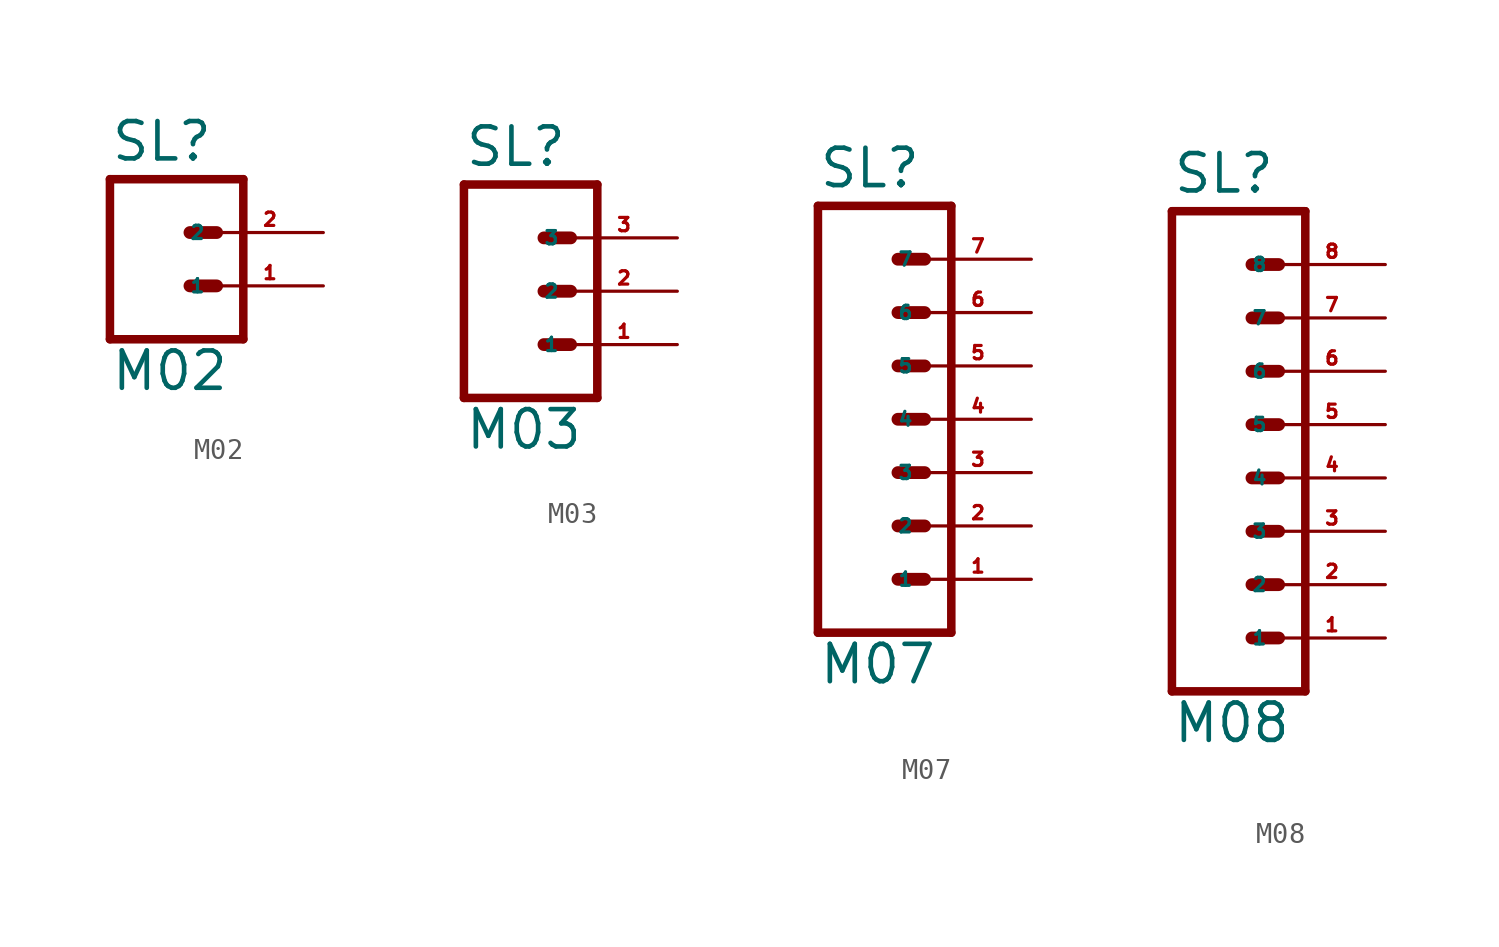
<source format=kicad_sym>
(kicad_symbol_lib
  (version 20220914)
  (generator Eagle2Kicad)
  (symbol "M02"
    (property "Reference" "SL"
      (at -2.54 5.842 0)
      (effects (font (size 1.778 1.778) (thickness 0.22)) (justify left bottom)))
    (property "Value" "M02"
      (at -2.54 -5.08 0)
      (effects (font (size 1.778 1.778) (thickness 0.22)) (justify left bottom)))
    (polyline
      (pts (xy 3.81 -2.54) (xy -2.54 -2.54))
      (stroke (width 0.406) (type default))
      (fill (type none)))
    (polyline
      (pts (xy 1.27 2.54) (xy 2.54 2.54))
      (stroke (width 0.61) (type default))
      (fill (type none)))
    (polyline
      (pts (xy 1.27 0) (xy 2.54 0))
      (stroke (width 0.61) (type default))
      (fill (type none)))
    (polyline
      (pts (xy -2.54 5.08) (xy -2.54 -2.54))
      (stroke (width 0.406) (type default))
      (fill (type none)))
    (polyline
      (pts (xy 3.81 -2.54) (xy 3.81 5.08))
      (stroke (width 0.406) (type default))
      (fill (type none)))
    (polyline
      (pts (xy -2.54 5.08) (xy 3.81 5.08))
      (stroke (width 0.406) (type default))
      (fill (type none)))
    (pin passive line
      (at 7.62 0 180)
      (length 5.08)
      (name "1" (effects (font (size 0.635 0.635) (thickness 0.08)) (justify left bottom)))
      (number "1" (effects (font (size 0.635 0.635) (thickness 0.08)) (justify left bottom))))
    (pin passive line
      (at 7.62 2.54 180)
      (length 5.08)
      (name "2" (effects (font (size 0.635 0.635) (thickness 0.08)) (justify left bottom)))
      (number "2" (effects (font (size 0.635 0.635) (thickness 0.08)) (justify left bottom)))))
  (symbol "M03"
    (property "Reference" "SL"
      (at -2.54 5.842 0)
      (effects (font (size 1.778 1.778) (thickness 0.22)) (justify left bottom)))
    (property "Value" "M03"
      (at -2.54 -7.62 0)
      (effects (font (size 1.778 1.778) (thickness 0.22)) (justify left bottom)))
    (polyline
      (pts (xy 3.81 -5.08) (xy -2.54 -5.08))
      (stroke (width 0.406) (type default))
      (fill (type none)))
    (polyline
      (pts (xy 1.27 2.54) (xy 2.54 2.54))
      (stroke (width 0.61) (type default))
      (fill (type none)))
    (polyline
      (pts (xy 1.27 0) (xy 2.54 0))
      (stroke (width 0.61) (type default))
      (fill (type none)))
    (polyline
      (pts (xy 1.27 -2.54) (xy 2.54 -2.54))
      (stroke (width 0.61) (type default))
      (fill (type none)))
    (polyline
      (pts (xy -2.54 5.08) (xy -2.54 -5.08))
      (stroke (width 0.406) (type default))
      (fill (type none)))
    (polyline
      (pts (xy 3.81 -5.08) (xy 3.81 5.08))
      (stroke (width 0.406) (type default))
      (fill (type none)))
    (polyline
      (pts (xy -2.54 5.08) (xy 3.81 5.08))
      (stroke (width 0.406) (type default))
      (fill (type none)))
    (pin passive line
      (at 7.62 -2.54 180)
      (length 5.08)
      (name "1" (effects (font (size 0.635 0.635) (thickness 0.08)) (justify left bottom)))
      (number "1" (effects (font (size 0.635 0.635) (thickness 0.08)) (justify left bottom))))
    (pin passive line
      (at 7.62 0 180)
      (length 5.08)
      (name "2" (effects (font (size 0.635 0.635) (thickness 0.08)) (justify left bottom)))
      (number "2" (effects (font (size 0.635 0.635) (thickness 0.08)) (justify left bottom))))
    (pin passive line
      (at 7.62 2.54 180)
      (length 5.08)
      (name "3" (effects (font (size 0.635 0.635) (thickness 0.08)) (justify left bottom)))
      (number "3" (effects (font (size 0.635 0.635) (thickness 0.08)) (justify left bottom)))))
  (symbol "M07"
    (property "Reference" "SL"
      (at -5.08 13.462 0)
      (effects (font (size 1.778 1.778) (thickness 0.22)) (justify left bottom)))
    (property "Value" "M07"
      (at -5.08 -10.16 0)
      (effects (font (size 1.778 1.778) (thickness 0.22)) (justify left bottom)))
    (polyline
      (pts (xy 1.27 -7.62) (xy -5.08 -7.62))
      (stroke (width 0.406) (type default))
      (fill (type none)))
    (polyline
      (pts (xy -1.27 0) (xy 0 0))
      (stroke (width 0.61) (type default))
      (fill (type none)))
    (polyline
      (pts (xy -1.27 -2.54) (xy 0 -2.54))
      (stroke (width 0.61) (type default))
      (fill (type none)))
    (polyline
      (pts (xy -1.27 -5.08) (xy 0 -5.08))
      (stroke (width 0.61) (type default))
      (fill (type none)))
    (polyline
      (pts (xy -5.08 12.7) (xy -5.08 -7.62))
      (stroke (width 0.406) (type default))
      (fill (type none)))
    (polyline
      (pts (xy 1.27 -7.62) (xy 1.27 12.7))
      (stroke (width 0.406) (type default))
      (fill (type none)))
    (polyline
      (pts (xy -5.08 12.7) (xy 1.27 12.7))
      (stroke (width 0.406) (type default))
      (fill (type none)))
    (polyline
      (pts (xy -1.27 5.08) (xy 0 5.08))
      (stroke (width 0.61) (type default))
      (fill (type none)))
    (polyline
      (pts (xy -1.27 2.54) (xy 0 2.54))
      (stroke (width 0.61) (type default))
      (fill (type none)))
    (polyline
      (pts (xy -1.27 7.62) (xy 0 7.62))
      (stroke (width 0.61) (type default))
      (fill (type none)))
    (polyline
      (pts (xy -1.27 10.16) (xy 0 10.16))
      (stroke (width 0.61) (type default))
      (fill (type none)))
    (pin passive line
      (at 5.08 -5.08 180)
      (length 5.08)
      (name "1" (effects (font (size 0.635 0.635) (thickness 0.08)) (justify left bottom)))
      (number "1" (effects (font (size 0.635 0.635) (thickness 0.08)) (justify left bottom))))
    (pin passive line
      (at 5.08 -2.54 180)
      (length 5.08)
      (name "2" (effects (font (size 0.635 0.635) (thickness 0.08)) (justify left bottom)))
      (number "2" (effects (font (size 0.635 0.635) (thickness 0.08)) (justify left bottom))))
    (pin passive line
      (at 5.08 0 180)
      (length 5.08)
      (name "3" (effects (font (size 0.635 0.635) (thickness 0.08)) (justify left bottom)))
      (number "3" (effects (font (size 0.635 0.635) (thickness 0.08)) (justify left bottom))))
    (pin passive line
      (at 5.08 2.54 180)
      (length 5.08)
      (name "4" (effects (font (size 0.635 0.635) (thickness 0.08)) (justify left bottom)))
      (number "4" (effects (font (size 0.635 0.635) (thickness 0.08)) (justify left bottom))))
    (pin passive line
      (at 5.08 5.08 180)
      (length 5.08)
      (name "5" (effects (font (size 0.635 0.635) (thickness 0.08)) (justify left bottom)))
      (number "5" (effects (font (size 0.635 0.635) (thickness 0.08)) (justify left bottom))))
    (pin passive line
      (at 5.08 7.62 180)
      (length 5.08)
      (name "6" (effects (font (size 0.635 0.635) (thickness 0.08)) (justify left bottom)))
      (number "6" (effects (font (size 0.635 0.635) (thickness 0.08)) (justify left bottom))))
    (pin passive line
      (at 5.08 10.16 180)
      (length 5.08)
      (name "7" (effects (font (size 0.635 0.635) (thickness 0.08)) (justify left bottom)))
      (number "7" (effects (font (size 0.635 0.635) (thickness 0.08)) (justify left bottom)))))
  (symbol "M08"
    (property "Reference" "SL"
      (at -5.08 13.462 0)
      (effects (font (size 1.778 1.778) (thickness 0.22)) (justify left bottom)))
    (property "Value" "M08"
      (at -5.08 -12.7 0)
      (effects (font (size 1.778 1.778) (thickness 0.22)) (justify left bottom)))
    (polyline
      (pts (xy 1.27 -10.16) (xy -5.08 -10.16))
      (stroke (width 0.406) (type default))
      (fill (type none)))
    (polyline
      (pts (xy -1.27 -2.54) (xy 0 -2.54))
      (stroke (width 0.61) (type default))
      (fill (type none)))
    (polyline
      (pts (xy -1.27 -5.08) (xy 0 -5.08))
      (stroke (width 0.61) (type default))
      (fill (type none)))
    (polyline
      (pts (xy -1.27 -7.62) (xy 0 -7.62))
      (stroke (width 0.61) (type default))
      (fill (type none)))
    (polyline
      (pts (xy -5.08 12.7) (xy -5.08 -10.16))
      (stroke (width 0.406) (type default))
      (fill (type none)))
    (polyline
      (pts (xy 1.27 -10.16) (xy 1.27 12.7))
      (stroke (width 0.406) (type default))
      (fill (type none)))
    (polyline
      (pts (xy -5.08 12.7) (xy 1.27 12.7))
      (stroke (width 0.406) (type default))
      (fill (type none)))
    (polyline
      (pts (xy -1.27 2.54) (xy 0 2.54))
      (stroke (width 0.61) (type default))
      (fill (type none)))
    (polyline
      (pts (xy -1.27 0) (xy 0 0))
      (stroke (width 0.61) (type default))
      (fill (type none)))
    (polyline
      (pts (xy -1.27 5.08) (xy 0 5.08))
      (stroke (width 0.61) (type default))
      (fill (type none)))
    (polyline
      (pts (xy -1.27 7.62) (xy 0 7.62))
      (stroke (width 0.61) (type default))
      (fill (type none)))
    (polyline
      (pts (xy -1.27 10.16) (xy 0 10.16))
      (stroke (width 0.61) (type default))
      (fill (type none)))
    (pin passive line
      (at 5.08 -7.62 180)
      (length 5.08)
      (name "1" (effects (font (size 0.635 0.635) (thickness 0.08)) (justify left bottom)))
      (number "1" (effects (font (size 0.635 0.635) (thickness 0.08)) (justify left bottom))))
    (pin passive line
      (at 5.08 -5.08 180)
      (length 5.08)
      (name "2" (effects (font (size 0.635 0.635) (thickness 0.08)) (justify left bottom)))
      (number "2" (effects (font (size 0.635 0.635) (thickness 0.08)) (justify left bottom))))
    (pin passive line
      (at 5.08 -2.54 180)
      (length 5.08)
      (name "3" (effects (font (size 0.635 0.635) (thickness 0.08)) (justify left bottom)))
      (number "3" (effects (font (size 0.635 0.635) (thickness 0.08)) (justify left bottom))))
    (pin passive line
      (at 5.08 0 180)
      (length 5.08)
      (name "4" (effects (font (size 0.635 0.635) (thickness 0.08)) (justify left bottom)))
      (number "4" (effects (font (size 0.635 0.635) (thickness 0.08)) (justify left bottom))))
    (pin passive line
      (at 5.08 2.54 180)
      (length 5.08)
      (name "5" (effects (font (size 0.635 0.635) (thickness 0.08)) (justify left bottom)))
      (number "5" (effects (font (size 0.635 0.635) (thickness 0.08)) (justify left bottom))))
    (pin passive line
      (at 5.08 5.08 180)
      (length 5.08)
      (name "6" (effects (font (size 0.635 0.635) (thickness 0.08)) (justify left bottom)))
      (number "6" (effects (font (size 0.635 0.635) (thickness 0.08)) (justify left bottom))))
    (pin passive line
      (at 5.08 7.62 180)
      (length 5.08)
      (name "7" (effects (font (size 0.635 0.635) (thickness 0.08)) (justify left bottom)))
      (number "7" (effects (font (size 0.635 0.635) (thickness 0.08)) (justify left bottom))))
    (pin passive line
      (at 5.08 10.16 180)
      (length 5.08)
      (name "8" (effects (font (size 0.635 0.635) (thickness 0.08)) (justify left bottom)))
      (number "8" (effects (font (size 0.635 0.635) (thickness 0.08)) (justify left bottom))))))
</source>
